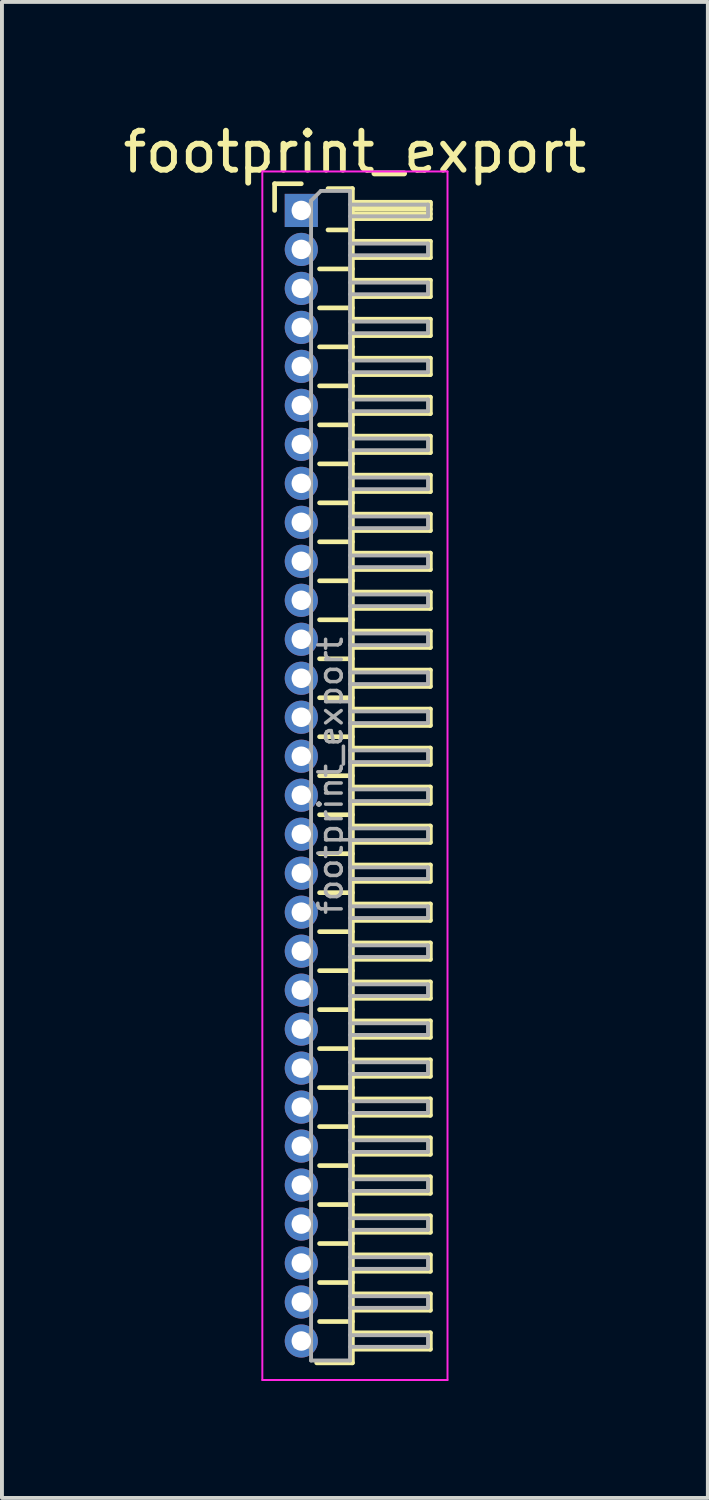
<source format=kicad_pcb>
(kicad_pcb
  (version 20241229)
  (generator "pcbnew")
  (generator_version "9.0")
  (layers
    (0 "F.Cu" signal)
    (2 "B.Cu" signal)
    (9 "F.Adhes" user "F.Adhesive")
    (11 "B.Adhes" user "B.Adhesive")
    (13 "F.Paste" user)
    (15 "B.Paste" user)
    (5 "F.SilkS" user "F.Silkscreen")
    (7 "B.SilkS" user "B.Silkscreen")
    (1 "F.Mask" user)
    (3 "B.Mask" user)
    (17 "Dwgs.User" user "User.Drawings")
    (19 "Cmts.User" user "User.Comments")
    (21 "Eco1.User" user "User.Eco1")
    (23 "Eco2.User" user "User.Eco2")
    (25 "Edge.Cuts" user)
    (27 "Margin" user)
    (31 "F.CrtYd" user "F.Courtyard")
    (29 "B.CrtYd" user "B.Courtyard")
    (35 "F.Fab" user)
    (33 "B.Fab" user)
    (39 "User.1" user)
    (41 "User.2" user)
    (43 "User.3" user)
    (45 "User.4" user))
  (footprint "footprint_export"
    (layer "F.Cu")
    (at 4.679 2.348)
    (property "Reference" "footprint_export" (at 1.375 -1.5 0) (layer "F.SilkS") (effects (font (size 1 1) (thickness 0.15))))
    (attr through_hole)
    (fp_line (start -0.685 -0.685) (end 0 -0.685) (stroke (width 0.12) (type solid)) (layer "F.SilkS"))
    (fp_line (start -0.685 0) (end -0.685 -0.685) (stroke (width 0.12) (type solid)) (layer "F.SilkS"))
    (fp_line (start 0.468 1.5) (end 1.31 1.5) (stroke (width 0.12) (type solid)) (layer "F.SilkS"))
    (fp_line (start 0.468 2.5) (end 1.31 2.5) (stroke (width 0.12) (type solid)) (layer "F.SilkS"))
    (fp_line (start 0.468 3.5) (end 1.31 3.5) (stroke (width 0.12) (type solid)) (layer "F.SilkS"))
    (fp_line (start 0.468 4.5) (end 1.31 4.5) (stroke (width 0.12) (type solid)) (layer "F.SilkS"))
    (fp_line (start 0.468 5.5) (end 1.31 5.5) (stroke (width 0.12) (type solid)) (layer "F.SilkS"))
    (fp_line (start 0.468 6.5) (end 1.31 6.5) (stroke (width 0.12) (type solid)) (layer "F.SilkS"))
    (fp_line (start 0.468 7.5) (end 1.31 7.5) (stroke (width 0.12) (type solid)) (layer "F.SilkS"))
    (fp_line (start 0.468 8.5) (end 1.31 8.5) (stroke (width 0.12) (type solid)) (layer "F.SilkS"))
    (fp_line (start 0.468 9.5) (end 1.31 9.5) (stroke (width 0.12) (type solid)) (layer "F.SilkS"))
    (fp_line (start 0.468 10.5) (end 1.31 10.5) (stroke (width 0.12) (type solid)) (layer "F.SilkS"))
    (fp_line (start 0.468 11.5) (end 1.31 11.5) (stroke (width 0.12) (type solid)) (layer "F.SilkS"))
    (fp_line (start 0.468 12.5) (end 1.31 12.5) (stroke (width 0.12) (type solid)) (layer "F.SilkS"))
    (fp_line (start 0.468 13.5) (end 1.31 13.5) (stroke (width 0.12) (type solid)) (layer "F.SilkS"))
    (fp_line (start 0.468 14.5) (end 1.31 14.5) (stroke (width 0.12) (type solid)) (layer "F.SilkS"))
    (fp_line (start 0.468 15.5) (end 1.31 15.5) (stroke (width 0.12) (type solid)) (layer "F.SilkS"))
    (fp_line (start 0.468 16.5) (end 1.31 16.5) (stroke (width 0.12) (type solid)) (layer "F.SilkS"))
    (fp_line (start 0.468 17.5) (end 1.31 17.5) (stroke (width 0.12) (type solid)) (layer "F.SilkS"))
    (fp_line (start 0.468 18.5) (end 1.31 18.5) (stroke (width 0.12) (type solid)) (layer "F.SilkS"))
    (fp_line (start 0.468 19.5) (end 1.31 19.5) (stroke (width 0.12) (type solid)) (layer "F.SilkS"))
    (fp_line (start 0.468 20.5) (end 1.31 20.5) (stroke (width 0.12) (type solid)) (layer "F.SilkS"))
    (fp_line (start 0.468 21.5) (end 1.31 21.5) (stroke (width 0.12) (type solid)) (layer "F.SilkS"))
    (fp_line (start 0.468 22.5) (end 1.31 22.5) (stroke (width 0.12) (type solid)) (layer "F.SilkS"))
    (fp_line (start 0.468 23.5) (end 1.31 23.5) (stroke (width 0.12) (type solid)) (layer "F.SilkS"))
    (fp_line (start 0.468 24.5) (end 1.31 24.5) (stroke (width 0.12) (type solid)) (layer "F.SilkS"))
    (fp_line (start 0.468 25.5) (end 1.31 25.5) (stroke (width 0.12) (type solid)) (layer "F.SilkS"))
    (fp_line (start 0.468 26.5) (end 1.31 26.5) (stroke (width 0.12) (type solid)) (layer "F.SilkS"))
    (fp_line (start 0.468 27.5) (end 1.31 27.5) (stroke (width 0.12) (type solid)) (layer "F.SilkS"))
    (fp_line (start 0.468 28.5) (end 1.31 28.5) (stroke (width 0.12) (type solid)) (layer "F.SilkS"))
    (fp_line (start 0.685 -0.56) (end 1.31 -0.56) (stroke (width 0.12) (type solid)) (layer "F.SilkS"))
    (fp_line (start 0.685 0.5) (end 1.31 0.5) (stroke (width 0.12) (type solid)) (layer "F.SilkS"))
    (fp_line (start 1.31 -0.56) (end 1.31 29.56) (stroke (width 0.12) (type solid)) (layer "F.SilkS"))
    (fp_line (start 1.31 -0.21) (end 3.31 -0.21) (stroke (width 0.12) (type solid)) (layer "F.SilkS"))
    (fp_line (start 1.31 -0.15) (end 3.31 -0.15) (stroke (width 0.12) (type solid)) (layer "F.SilkS"))
    (fp_line (start 1.31 -0.03) (end 3.31 -0.03) (stroke (width 0.12) (type solid)) (layer "F.SilkS"))
    (fp_line (start 1.31 0.09) (end 3.31 0.09) (stroke (width 0.12) (type solid)) (layer "F.SilkS"))
    (fp_line (start 1.31 0.79) (end 3.31 0.79) (stroke (width 0.12) (type solid)) (layer "F.SilkS"))
    (fp_line (start 1.31 1.79) (end 3.31 1.79) (stroke (width 0.12) (type solid)) (layer "F.SilkS"))
    (fp_line (start 1.31 2.79) (end 3.31 2.79) (stroke (width 0.12) (type solid)) (layer "F.SilkS"))
    (fp_line (start 1.31 3.79) (end 3.31 3.79) (stroke (width 0.12) (type solid)) (layer "F.SilkS"))
    (fp_line (start 1.31 4.79) (end 3.31 4.79) (stroke (width 0.12) (type solid)) (layer "F.SilkS"))
    (fp_line (start 1.31 5.79) (end 3.31 5.79) (stroke (width 0.12) (type solid)) (layer "F.SilkS"))
    (fp_line (start 1.31 6.79) (end 3.31 6.79) (stroke (width 0.12) (type solid)) (layer "F.SilkS"))
    (fp_line (start 1.31 7.79) (end 3.31 7.79) (stroke (width 0.12) (type solid)) (layer "F.SilkS"))
    (fp_line (start 1.31 8.79) (end 3.31 8.79) (stroke (width 0.12) (type solid)) (layer "F.SilkS"))
    (fp_line (start 1.31 9.79) (end 3.31 9.79) (stroke (width 0.12) (type solid)) (layer "F.SilkS"))
    (fp_line (start 1.31 10.79) (end 3.31 10.79) (stroke (width 0.12) (type solid)) (layer "F.SilkS"))
    (fp_line (start 1.31 11.79) (end 3.31 11.79) (stroke (width 0.12) (type solid)) (layer "F.SilkS"))
    (fp_line (start 1.31 12.79) (end 3.31 12.79) (stroke (width 0.12) (type solid)) (layer "F.SilkS"))
    (fp_line (start 1.31 13.79) (end 3.31 13.79) (stroke (width 0.12) (type solid)) (layer "F.SilkS"))
    (fp_line (start 1.31 14.79) (end 3.31 14.79) (stroke (width 0.12) (type solid)) (layer "F.SilkS"))
    (fp_line (start 1.31 15.79) (end 3.31 15.79) (stroke (width 0.12) (type solid)) (layer "F.SilkS"))
    (fp_line (start 1.31 16.79) (end 3.31 16.79) (stroke (width 0.12) (type solid)) (layer "F.SilkS"))
    (fp_line (start 1.31 17.79) (end 3.31 17.79) (stroke (width 0.12) (type solid)) (layer "F.SilkS"))
    (fp_line (start 1.31 18.79) (end 3.31 18.79) (stroke (width 0.12) (type solid)) (layer "F.SilkS"))
    (fp_line (start 1.31 19.79) (end 3.31 19.79) (stroke (width 0.12) (type solid)) (layer "F.SilkS"))
    (fp_line (start 1.31 20.79) (end 3.31 20.79) (stroke (width 0.12) (type solid)) (layer "F.SilkS"))
    (fp_line (start 1.31 21.79) (end 3.31 21.79) (stroke (width 0.12) (type solid)) (layer "F.SilkS"))
    (fp_line (start 1.31 22.79) (end 3.31 22.79) (stroke (width 0.12) (type solid)) (layer "F.SilkS"))
    (fp_line (start 1.31 23.79) (end 3.31 23.79) (stroke (width 0.12) (type solid)) (layer "F.SilkS"))
    (fp_line (start 1.31 24.79) (end 3.31 24.79) (stroke (width 0.12) (type solid)) (layer "F.SilkS"))
    (fp_line (start 1.31 25.79) (end 3.31 25.79) (stroke (width 0.12) (type solid)) (layer "F.SilkS"))
    (fp_line (start 1.31 26.79) (end 3.31 26.79) (stroke (width 0.12) (type solid)) (layer "F.SilkS"))
    (fp_line (start 1.31 27.79) (end 3.31 27.79) (stroke (width 0.12) (type solid)) (layer "F.SilkS"))
    (fp_line (start 1.31 28.79) (end 3.31 28.79) (stroke (width 0.12) (type solid)) (layer "F.SilkS"))
    (fp_line (start 1.31 29.56) (end 0.394 29.56) (stroke (width 0.12) (type solid)) (layer "F.SilkS"))
    (fp_line (start 3.31 -0.21) (end 3.31 0.21) (stroke (width 0.12) (type solid)) (layer "F.SilkS"))
    (fp_line (start 3.31 0.21) (end 1.31 0.21) (stroke (width 0.12) (type solid)) (layer "F.SilkS"))
    (fp_line (start 3.31 0.79) (end 3.31 1.21) (stroke (width 0.12) (type solid)) (layer "F.SilkS"))
    (fp_line (start 3.31 1.21) (end 1.31 1.21) (stroke (width 0.12) (type solid)) (layer "F.SilkS"))
    (fp_line (start 3.31 1.79) (end 3.31 2.21) (stroke (width 0.12) (type solid)) (layer "F.SilkS"))
    (fp_line (start 3.31 2.21) (end 1.31 2.21) (stroke (width 0.12) (type solid)) (layer "F.SilkS"))
    (fp_line (start 3.31 2.79) (end 3.31 3.21) (stroke (width 0.12) (type solid)) (layer "F.SilkS"))
    (fp_line (start 3.31 3.21) (end 1.31 3.21) (stroke (width 0.12) (type solid)) (layer "F.SilkS"))
    (fp_line (start 3.31 3.79) (end 3.31 4.21) (stroke (width 0.12) (type solid)) (layer "F.SilkS"))
    (fp_line (start 3.31 4.21) (end 1.31 4.21) (stroke (width 0.12) (type solid)) (layer "F.SilkS"))
    (fp_line (start 3.31 4.79) (end 3.31 5.21) (stroke (width 0.12) (type solid)) (layer "F.SilkS"))
    (fp_line (start 3.31 5.21) (end 1.31 5.21) (stroke (width 0.12) (type solid)) (layer "F.SilkS"))
    (fp_line (start 3.31 5.79) (end 3.31 6.21) (stroke (width 0.12) (type solid)) (layer "F.SilkS"))
    (fp_line (start 3.31 6.21) (end 1.31 6.21) (stroke (width 0.12) (type solid)) (layer "F.SilkS"))
    (fp_line (start 3.31 6.79) (end 3.31 7.21) (stroke (width 0.12) (type solid)) (layer "F.SilkS"))
    (fp_line (start 3.31 7.21) (end 1.31 7.21) (stroke (width 0.12) (type solid)) (layer "F.SilkS"))
    (fp_line (start 3.31 7.79) (end 3.31 8.21) (stroke (width 0.12) (type solid)) (layer "F.SilkS"))
    (fp_line (start 3.31 8.21) (end 1.31 8.21) (stroke (width 0.12) (type solid)) (layer "F.SilkS"))
    (fp_line (start 3.31 8.79) (end 3.31 9.21) (stroke (width 0.12) (type solid)) (layer "F.SilkS"))
    (fp_line (start 3.31 9.21) (end 1.31 9.21) (stroke (width 0.12) (type solid)) (layer "F.SilkS"))
    (fp_line (start 3.31 9.79) (end 3.31 10.21) (stroke (width 0.12) (type solid)) (layer "F.SilkS"))
    (fp_line (start 3.31 10.21) (end 1.31 10.21) (stroke (width 0.12) (type solid)) (layer "F.SilkS"))
    (fp_line (start 3.31 10.79) (end 3.31 11.21) (stroke (width 0.12) (type solid)) (layer "F.SilkS"))
    (fp_line (start 3.31 11.21) (end 1.31 11.21) (stroke (width 0.12) (type solid)) (layer "F.SilkS"))
    (fp_line (start 3.31 11.79) (end 3.31 12.21) (stroke (width 0.12) (type solid)) (layer "F.SilkS"))
    (fp_line (start 3.31 12.21) (end 1.31 12.21) (stroke (width 0.12) (type solid)) (layer "F.SilkS"))
    (fp_line (start 3.31 12.79) (end 3.31 13.21) (stroke (width 0.12) (type solid)) (layer "F.SilkS"))
    (fp_line (start 3.31 13.21) (end 1.31 13.21) (stroke (width 0.12) (type solid)) (layer "F.SilkS"))
    (fp_line (start 3.31 13.79) (end 3.31 14.21) (stroke (width 0.12) (type solid)) (layer "F.SilkS"))
    (fp_line (start 3.31 14.21) (end 1.31 14.21) (stroke (width 0.12) (type solid)) (layer "F.SilkS"))
    (fp_line (start 3.31 14.79) (end 3.31 15.21) (stroke (width 0.12) (type solid)) (layer "F.SilkS"))
    (fp_line (start 3.31 15.21) (end 1.31 15.21) (stroke (width 0.12) (type solid)) (layer "F.SilkS"))
    (fp_line (start 3.31 15.79) (end 3.31 16.21) (stroke (width 0.12) (type solid)) (layer "F.SilkS"))
    (fp_line (start 3.31 16.21) (end 1.31 16.21) (stroke (width 0.12) (type solid)) (layer "F.SilkS"))
    (fp_line (start 3.31 16.79) (end 3.31 17.21) (stroke (width 0.12) (type solid)) (layer "F.SilkS"))
    (fp_line (start 3.31 17.21) (end 1.31 17.21) (stroke (width 0.12) (type solid)) (layer "F.SilkS"))
    (fp_line (start 3.31 17.79) (end 3.31 18.21) (stroke (width 0.12) (type solid)) (layer "F.SilkS"))
    (fp_line (start 3.31 18.21) (end 1.31 18.21) (stroke (width 0.12) (type solid)) (layer "F.SilkS"))
    (fp_line (start 3.31 18.79) (end 3.31 19.21) (stroke (width 0.12) (type solid)) (layer "F.SilkS"))
    (fp_line (start 3.31 19.21) (end 1.31 19.21) (stroke (width 0.12) (type solid)) (layer "F.SilkS"))
    (fp_line (start 3.31 19.79) (end 3.31 20.21) (stroke (width 0.12) (type solid)) (layer "F.SilkS"))
    (fp_line (start 3.31 20.21) (end 1.31 20.21) (stroke (width 0.12) (type solid)) (layer "F.SilkS"))
    (fp_line (start 3.31 20.79) (end 3.31 21.21) (stroke (width 0.12) (type solid)) (layer "F.SilkS"))
    (fp_line (start 3.31 21.21) (end 1.31 21.21) (stroke (width 0.12) (type solid)) (layer "F.SilkS"))
    (fp_line (start 3.31 21.79) (end 3.31 22.21) (stroke (width 0.12) (type solid)) (layer "F.SilkS"))
    (fp_line (start 3.31 22.21) (end 1.31 22.21) (stroke (width 0.12) (type solid)) (layer "F.SilkS"))
    (fp_line (start 3.31 22.79) (end 3.31 23.21) (stroke (width 0.12) (type solid)) (layer "F.SilkS"))
    (fp_line (start 3.31 23.21) (end 1.31 23.21) (stroke (width 0.12) (type solid)) (layer "F.SilkS"))
    (fp_line (start 3.31 23.79) (end 3.31 24.21) (stroke (width 0.12) (type solid)) (layer "F.SilkS"))
    (fp_line (start 3.31 24.21) (end 1.31 24.21) (stroke (width 0.12) (type solid)) (layer "F.SilkS"))
    (fp_line (start 3.31 24.79) (end 3.31 25.21) (stroke (width 0.12) (type solid)) (layer "F.SilkS"))
    (fp_line (start 3.31 25.21) (end 1.31 25.21) (stroke (width 0.12) (type solid)) (layer "F.SilkS"))
    (fp_line (start 3.31 25.79) (end 3.31 26.21) (stroke (width 0.12) (type solid)) (layer "F.SilkS"))
    (fp_line (start 3.31 26.21) (end 1.31 26.21) (stroke (width 0.12) (type solid)) (layer "F.SilkS"))
    (fp_line (start 3.31 26.79) (end 3.31 27.21) (stroke (width 0.12) (type solid)) (layer "F.SilkS"))
    (fp_line (start 3.31 27.21) (end 1.31 27.21) (stroke (width 0.12) (type solid)) (layer "F.SilkS"))
    (fp_line (start 3.31 27.79) (end 3.31 28.21) (stroke (width 0.12) (type solid)) (layer "F.SilkS"))
    (fp_line (start 3.31 28.21) (end 1.31 28.21) (stroke (width 0.12) (type solid)) (layer "F.SilkS"))
    (fp_line (start 3.31 28.79) (end 3.31 29.21) (stroke (width 0.12) (type solid)) (layer "F.SilkS"))
    (fp_line (start 3.31 29.21) (end 1.31 29.21) (stroke (width 0.12) (type solid)) (layer "F.SilkS"))
    (fp_line (start -1 -1) (end -1 30) (stroke (width 0.05) (type solid)) (layer "F.CrtYd"))
    (fp_line (start -1 30) (end 3.75 30) (stroke (width 0.05) (type solid)) (layer "F.CrtYd"))
    (fp_line (start 3.75 -1) (end -1 -1) (stroke (width 0.05) (type solid)) (layer "F.CrtYd"))
    (fp_line (start 3.75 30) (end 3.75 -1) (stroke (width 0.05) (type solid)) (layer "F.CrtYd"))
    (fp_line (start -0.15 -0.15) (end -0.15 0.15) (stroke (width 0.1) (type solid)) (layer "F.Fab"))
    (fp_line (start -0.15 -0.15) (end 0.25 -0.15) (stroke (width 0.1) (type solid)) (layer "F.Fab"))
    (fp_line (start -0.15 0.15) (end 0.25 0.15) (stroke (width 0.1) (type solid)) (layer "F.Fab"))
    (fp_line (start -0.15 0.85) (end -0.15 1.15) (stroke (width 0.1) (type solid)) (layer "F.Fab"))
    (fp_line (start -0.15 0.85) (end 0.25 0.85) (stroke (width 0.1) (type solid)) (layer "F.Fab"))
    (fp_line (start -0.15 1.15) (end 0.25 1.15) (stroke (width 0.1) (type solid)) (layer "F.Fab"))
    (fp_line (start -0.15 1.85) (end -0.15 2.15) (stroke (width 0.1) (type solid)) (layer "F.Fab"))
    (fp_line (start -0.15 1.85) (end 0.25 1.85) (stroke (width 0.1) (type solid)) (layer "F.Fab"))
    (fp_line (start -0.15 2.15) (end 0.25 2.15) (stroke (width 0.1) (type solid)) (layer "F.Fab"))
    (fp_line (start -0.15 2.85) (end -0.15 3.15) (stroke (width 0.1) (type solid)) (layer "F.Fab"))
    (fp_line (start -0.15 2.85) (end 0.25 2.85) (stroke (width 0.1) (type solid)) (layer "F.Fab"))
    (fp_line (start -0.15 3.15) (end 0.25 3.15) (stroke (width 0.1) (type solid)) (layer "F.Fab"))
    (fp_line (start -0.15 3.85) (end -0.15 4.15) (stroke (width 0.1) (type solid)) (layer "F.Fab"))
    (fp_line (start -0.15 3.85) (end 0.25 3.85) (stroke (width 0.1) (type solid)) (layer "F.Fab"))
    (fp_line (start -0.15 4.15) (end 0.25 4.15) (stroke (width 0.1) (type solid)) (layer "F.Fab"))
    (fp_line (start -0.15 4.85) (end -0.15 5.15) (stroke (width 0.1) (type solid)) (layer "F.Fab"))
    (fp_line (start -0.15 4.85) (end 0.25 4.85) (stroke (width 0.1) (type solid)) (layer "F.Fab"))
    (fp_line (start -0.15 5.15) (end 0.25 5.15) (stroke (width 0.1) (type solid)) (layer "F.Fab"))
    (fp_line (start -0.15 5.85) (end -0.15 6.15) (stroke (width 0.1) (type solid)) (layer "F.Fab"))
    (fp_line (start -0.15 5.85) (end 0.25 5.85) (stroke (width 0.1) (type solid)) (layer "F.Fab"))
    (fp_line (start -0.15 6.15) (end 0.25 6.15) (stroke (width 0.1) (type solid)) (layer "F.Fab"))
    (fp_line (start -0.15 6.85) (end -0.15 7.15) (stroke (width 0.1) (type solid)) (layer "F.Fab"))
    (fp_line (start -0.15 6.85) (end 0.25 6.85) (stroke (width 0.1) (type solid)) (layer "F.Fab"))
    (fp_line (start -0.15 7.15) (end 0.25 7.15) (stroke (width 0.1) (type solid)) (layer "F.Fab"))
    (fp_line (start -0.15 7.85) (end -0.15 8.15) (stroke (width 0.1) (type solid)) (layer "F.Fab"))
    (fp_line (start -0.15 7.85) (end 0.25 7.85) (stroke (width 0.1) (type solid)) (layer "F.Fab"))
    (fp_line (start -0.15 8.15) (end 0.25 8.15) (stroke (width 0.1) (type solid)) (layer "F.Fab"))
    (fp_line (start -0.15 8.85) (end -0.15 9.15) (stroke (width 0.1) (type solid)) (layer "F.Fab"))
    (fp_line (start -0.15 8.85) (end 0.25 8.85) (stroke (width 0.1) (type solid)) (layer "F.Fab"))
    (fp_line (start -0.15 9.15) (end 0.25 9.15) (stroke (width 0.1) (type solid)) (layer "F.Fab"))
    (fp_line (start -0.15 9.85) (end -0.15 10.15) (stroke (width 0.1) (type solid)) (layer "F.Fab"))
    (fp_line (start -0.15 9.85) (end 0.25 9.85) (stroke (width 0.1) (type solid)) (layer "F.Fab"))
    (fp_line (start -0.15 10.15) (end 0.25 10.15) (stroke (width 0.1) (type solid)) (layer "F.Fab"))
    (fp_line (start -0.15 10.85) (end -0.15 11.15) (stroke (width 0.1) (type solid)) (layer "F.Fab"))
    (fp_line (start -0.15 10.85) (end 0.25 10.85) (stroke (width 0.1) (type solid)) (layer "F.Fab"))
    (fp_line (start -0.15 11.15) (end 0.25 11.15) (stroke (width 0.1) (type solid)) (layer "F.Fab"))
    (fp_line (start -0.15 11.85) (end -0.15 12.15) (stroke (width 0.1) (type solid)) (layer "F.Fab"))
    (fp_line (start -0.15 11.85) (end 0.25 11.85) (stroke (width 0.1) (type solid)) (layer "F.Fab"))
    (fp_line (start -0.15 12.15) (end 0.25 12.15) (stroke (width 0.1) (type solid)) (layer "F.Fab"))
    (fp_line (start -0.15 12.85) (end -0.15 13.15) (stroke (width 0.1) (type solid)) (layer "F.Fab"))
    (fp_line (start -0.15 12.85) (end 0.25 12.85) (stroke (width 0.1) (type solid)) (layer "F.Fab"))
    (fp_line (start -0.15 13.15) (end 0.25 13.15) (stroke (width 0.1) (type solid)) (layer "F.Fab"))
    (fp_line (start -0.15 13.85) (end -0.15 14.15) (stroke (width 0.1) (type solid)) (layer "F.Fab"))
    (fp_line (start -0.15 13.85) (end 0.25 13.85) (stroke (width 0.1) (type solid)) (layer "F.Fab"))
    (fp_line (start -0.15 14.15) (end 0.25 14.15) (stroke (width 0.1) (type solid)) (layer "F.Fab"))
    (fp_line (start -0.15 14.85) (end -0.15 15.15) (stroke (width 0.1) (type solid)) (layer "F.Fab"))
    (fp_line (start -0.15 14.85) (end 0.25 14.85) (stroke (width 0.1) (type solid)) (layer "F.Fab"))
    (fp_line (start -0.15 15.15) (end 0.25 15.15) (stroke (width 0.1) (type solid)) (layer "F.Fab"))
    (fp_line (start -0.15 15.85) (end -0.15 16.15) (stroke (width 0.1) (type solid)) (layer "F.Fab"))
    (fp_line (start -0.15 15.85) (end 0.25 15.85) (stroke (width 0.1) (type solid)) (layer "F.Fab"))
    (fp_line (start -0.15 16.15) (end 0.25 16.15) (stroke (width 0.1) (type solid)) (layer "F.Fab"))
    (fp_line (start -0.15 16.85) (end -0.15 17.15) (stroke (width 0.1) (type solid)) (layer "F.Fab"))
    (fp_line (start -0.15 16.85) (end 0.25 16.85) (stroke (width 0.1) (type solid)) (layer "F.Fab"))
    (fp_line (start -0.15 17.15) (end 0.25 17.15) (stroke (width 0.1) (type solid)) (layer "F.Fab"))
    (fp_line (start -0.15 17.85) (end -0.15 18.15) (stroke (width 0.1) (type solid)) (layer "F.Fab"))
    (fp_line (start -0.15 17.85) (end 0.25 17.85) (stroke (width 0.1) (type solid)) (layer "F.Fab"))
    (fp_line (start -0.15 18.15) (end 0.25 18.15) (stroke (width 0.1) (type solid)) (layer "F.Fab"))
    (fp_line (start -0.15 18.85) (end -0.15 19.15) (stroke (width 0.1) (type solid)) (layer "F.Fab"))
    (fp_line (start -0.15 18.85) (end 0.25 18.85) (stroke (width 0.1) (type solid)) (layer "F.Fab"))
    (fp_line (start -0.15 19.15) (end 0.25 19.15) (stroke (width 0.1) (type solid)) (layer "F.Fab"))
    (fp_line (start -0.15 19.85) (end -0.15 20.15) (stroke (width 0.1) (type solid)) (layer "F.Fab"))
    (fp_line (start -0.15 19.85) (end 0.25 19.85) (stroke (width 0.1) (type solid)) (layer "F.Fab"))
    (fp_line (start -0.15 20.15) (end 0.25 20.15) (stroke (width 0.1) (type solid)) (layer "F.Fab"))
    (fp_line (start -0.15 20.85) (end -0.15 21.15) (stroke (width 0.1) (type solid)) (layer "F.Fab"))
    (fp_line (start -0.15 20.85) (end 0.25 20.85) (stroke (width 0.1) (type solid)) (layer "F.Fab"))
    (fp_line (start -0.15 21.15) (end 0.25 21.15) (stroke (width 0.1) (type solid)) (layer "F.Fab"))
    (fp_line (start -0.15 21.85) (end -0.15 22.15) (stroke (width 0.1) (type solid)) (layer "F.Fab"))
    (fp_line (start -0.15 21.85) (end 0.25 21.85) (stroke (width 0.1) (type solid)) (layer "F.Fab"))
    (fp_line (start -0.15 22.15) (end 0.25 22.15) (stroke (width 0.1) (type solid)) (layer "F.Fab"))
    (fp_line (start -0.15 22.85) (end -0.15 23.15) (stroke (width 0.1) (type solid)) (layer "F.Fab"))
    (fp_line (start -0.15 22.85) (end 0.25 22.85) (stroke (width 0.1) (type solid)) (layer "F.Fab"))
    (fp_line (start -0.15 23.15) (end 0.25 23.15) (stroke (width 0.1) (type solid)) (layer "F.Fab"))
    (fp_line (start -0.15 23.85) (end -0.15 24.15) (stroke (width 0.1) (type solid)) (layer "F.Fab"))
    (fp_line (start -0.15 23.85) (end 0.25 23.85) (stroke (width 0.1) (type solid)) (layer "F.Fab"))
    (fp_line (start -0.15 24.15) (end 0.25 24.15) (stroke (width 0.1) (type solid)) (layer "F.Fab"))
    (fp_line (start -0.15 24.85) (end -0.15 25.15) (stroke (width 0.1) (type solid)) (layer "F.Fab"))
    (fp_line (start -0.15 24.85) (end 0.25 24.85) (stroke (width 0.1) (type solid)) (layer "F.Fab"))
    (fp_line (start -0.15 25.15) (end 0.25 25.15) (stroke (width 0.1) (type solid)) (layer "F.Fab"))
    (fp_line (start -0.15 25.85) (end -0.15 26.15) (stroke (width 0.1) (type solid)) (layer "F.Fab"))
    (fp_line (start -0.15 25.85) (end 0.25 25.85) (stroke (width 0.1) (type solid)) (layer "F.Fab"))
    (fp_line (start -0.15 26.15) (end 0.25 26.15) (stroke (width 0.1) (type solid)) (layer "F.Fab"))
    (fp_line (start -0.15 26.85) (end -0.15 27.15) (stroke (width 0.1) (type solid)) (layer "F.Fab"))
    (fp_line (start -0.15 26.85) (end 0.25 26.85) (stroke (width 0.1) (type solid)) (layer "F.Fab"))
    (fp_line (start -0.15 27.15) (end 0.25 27.15) (stroke (width 0.1) (type solid)) (layer "F.Fab"))
    (fp_line (start -0.15 27.85) (end -0.15 28.15) (stroke (width 0.1) (type solid)) (layer "F.Fab"))
    (fp_line (start -0.15 27.85) (end 0.25 27.85) (stroke (width 0.1) (type solid)) (layer "F.Fab"))
    (fp_line (start -0.15 28.15) (end 0.25 28.15) (stroke (width 0.1) (type solid)) (layer "F.Fab"))
    (fp_line (start -0.15 28.85) (end -0.15 29.15) (stroke (width 0.1) (type solid)) (layer "F.Fab"))
    (fp_line (start -0.15 28.85) (end 0.25 28.85) (stroke (width 0.1) (type solid)) (layer "F.Fab"))
    (fp_line (start -0.15 29.15) (end 0.25 29.15) (stroke (width 0.1) (type solid)) (layer "F.Fab"))
    (fp_line (start 0.25 -0.25) (end 0.5 -0.5) (stroke (width 0.1) (type solid)) (layer "F.Fab"))
    (fp_line (start 0.25 29.5) (end 0.25 -0.25) (stroke (width 0.1) (type solid)) (layer "F.Fab"))
    (fp_line (start 0.5 -0.5) (end 1.25 -0.5) (stroke (width 0.1) (type solid)) (layer "F.Fab"))
    (fp_line (start 1.25 -0.5) (end 1.25 29.5) (stroke (width 0.1) (type solid)) (layer "F.Fab"))
    (fp_line (start 1.25 -0.15) (end 3.25 -0.15) (stroke (width 0.1) (type solid)) (layer "F.Fab"))
    (fp_line (start 1.25 0.15) (end 3.25 0.15) (stroke (width 0.1) (type solid)) (layer "F.Fab"))
    (fp_line (start 1.25 0.85) (end 3.25 0.85) (stroke (width 0.1) (type solid)) (layer "F.Fab"))
    (fp_line (start 1.25 1.15) (end 3.25 1.15) (stroke (width 0.1) (type solid)) (layer "F.Fab"))
    (fp_line (start 1.25 1.85) (end 3.25 1.85) (stroke (width 0.1) (type solid)) (layer "F.Fab"))
    (fp_line (start 1.25 2.15) (end 3.25 2.15) (stroke (width 0.1) (type solid)) (layer "F.Fab"))
    (fp_line (start 1.25 2.85) (end 3.25 2.85) (stroke (width 0.1) (type solid)) (layer "F.Fab"))
    (fp_line (start 1.25 3.15) (end 3.25 3.15) (stroke (width 0.1) (type solid)) (layer "F.Fab"))
    (fp_line (start 1.25 3.85) (end 3.25 3.85) (stroke (width 0.1) (type solid)) (layer "F.Fab"))
    (fp_line (start 1.25 4.15) (end 3.25 4.15) (stroke (width 0.1) (type solid)) (layer "F.Fab"))
    (fp_line (start 1.25 4.85) (end 3.25 4.85) (stroke (width 0.1) (type solid)) (layer "F.Fab"))
    (fp_line (start 1.25 5.15) (end 3.25 5.15) (stroke (width 0.1) (type solid)) (layer "F.Fab"))
    (fp_line (start 1.25 5.85) (end 3.25 5.85) (stroke (width 0.1) (type solid)) (layer "F.Fab"))
    (fp_line (start 1.25 6.15) (end 3.25 6.15) (stroke (width 0.1) (type solid)) (layer "F.Fab"))
    (fp_line (start 1.25 6.85) (end 3.25 6.85) (stroke (width 0.1) (type solid)) (layer "F.Fab"))
    (fp_line (start 1.25 7.15) (end 3.25 7.15) (stroke (width 0.1) (type solid)) (layer "F.Fab"))
    (fp_line (start 1.25 7.85) (end 3.25 7.85) (stroke (width 0.1) (type solid)) (layer "F.Fab"))
    (fp_line (start 1.25 8.15) (end 3.25 8.15) (stroke (width 0.1) (type solid)) (layer "F.Fab"))
    (fp_line (start 1.25 8.85) (end 3.25 8.85) (stroke (width 0.1) (type solid)) (layer "F.Fab"))
    (fp_line (start 1.25 9.15) (end 3.25 9.15) (stroke (width 0.1) (type solid)) (layer "F.Fab"))
    (fp_line (start 1.25 9.85) (end 3.25 9.85) (stroke (width 0.1) (type solid)) (layer "F.Fab"))
    (fp_line (start 1.25 10.15) (end 3.25 10.15) (stroke (width 0.1) (type solid)) (layer "F.Fab"))
    (fp_line (start 1.25 10.85) (end 3.25 10.85) (stroke (width 0.1) (type solid)) (layer "F.Fab"))
    (fp_line (start 1.25 11.15) (end 3.25 11.15) (stroke (width 0.1) (type solid)) (layer "F.Fab"))
    (fp_line (start 1.25 11.85) (end 3.25 11.85) (stroke (width 0.1) (type solid)) (layer "F.Fab"))
    (fp_line (start 1.25 12.15) (end 3.25 12.15) (stroke (width 0.1) (type solid)) (layer "F.Fab"))
    (fp_line (start 1.25 12.85) (end 3.25 12.85) (stroke (width 0.1) (type solid)) (layer "F.Fab"))
    (fp_line (start 1.25 13.15) (end 3.25 13.15) (stroke (width 0.1) (type solid)) (layer "F.Fab"))
    (fp_line (start 1.25 13.85) (end 3.25 13.85) (stroke (width 0.1) (type solid)) (layer "F.Fab"))
    (fp_line (start 1.25 14.15) (end 3.25 14.15) (stroke (width 0.1) (type solid)) (layer "F.Fab"))
    (fp_line (start 1.25 14.85) (end 3.25 14.85) (stroke (width 0.1) (type solid)) (layer "F.Fab"))
    (fp_line (start 1.25 15.15) (end 3.25 15.15) (stroke (width 0.1) (type solid)) (layer "F.Fab"))
    (fp_line (start 1.25 15.85) (end 3.25 15.85) (stroke (width 0.1) (type solid)) (layer "F.Fab"))
    (fp_line (start 1.25 16.15) (end 3.25 16.15) (stroke (width 0.1) (type solid)) (layer "F.Fab"))
    (fp_line (start 1.25 16.85) (end 3.25 16.85) (stroke (width 0.1) (type solid)) (layer "F.Fab"))
    (fp_line (start 1.25 17.15) (end 3.25 17.15) (stroke (width 0.1) (type solid)) (layer "F.Fab"))
    (fp_line (start 1.25 17.85) (end 3.25 17.85) (stroke (width 0.1) (type solid)) (layer "F.Fab"))
    (fp_line (start 1.25 18.15) (end 3.25 18.15) (stroke (width 0.1) (type solid)) (layer "F.Fab"))
    (fp_line (start 1.25 18.85) (end 3.25 18.85) (stroke (width 0.1) (type solid)) (layer "F.Fab"))
    (fp_line (start 1.25 19.15) (end 3.25 19.15) (stroke (width 0.1) (type solid)) (layer "F.Fab"))
    (fp_line (start 1.25 19.85) (end 3.25 19.85) (stroke (width 0.1) (type solid)) (layer "F.Fab"))
    (fp_line (start 1.25 20.15) (end 3.25 20.15) (stroke (width 0.1) (type solid)) (layer "F.Fab"))
    (fp_line (start 1.25 20.85) (end 3.25 20.85) (stroke (width 0.1) (type solid)) (layer "F.Fab"))
    (fp_line (start 1.25 21.15) (end 3.25 21.15) (stroke (width 0.1) (type solid)) (layer "F.Fab"))
    (fp_line (start 1.25 21.85) (end 3.25 21.85) (stroke (width 0.1) (type solid)) (layer "F.Fab"))
    (fp_line (start 1.25 22.15) (end 3.25 22.15) (stroke (width 0.1) (type solid)) (layer "F.Fab"))
    (fp_line (start 1.25 22.85) (end 3.25 22.85) (stroke (width 0.1) (type solid)) (layer "F.Fab"))
    (fp_line (start 1.25 23.15) (end 3.25 23.15) (stroke (width 0.1) (type solid)) (layer "F.Fab"))
    (fp_line (start 1.25 23.85) (end 3.25 23.85) (stroke (width 0.1) (type solid)) (layer "F.Fab"))
    (fp_line (start 1.25 24.15) (end 3.25 24.15) (stroke (width 0.1) (type solid)) (layer "F.Fab"))
    (fp_line (start 1.25 24.85) (end 3.25 24.85) (stroke (width 0.1) (type solid)) (layer "F.Fab"))
    (fp_line (start 1.25 25.15) (end 3.25 25.15) (stroke (width 0.1) (type solid)) (layer "F.Fab"))
    (fp_line (start 1.25 25.85) (end 3.25 25.85) (stroke (width 0.1) (type solid)) (layer "F.Fab"))
    (fp_line (start 1.25 26.15) (end 3.25 26.15) (stroke (width 0.1) (type solid)) (layer "F.Fab"))
    (fp_line (start 1.25 26.85) (end 3.25 26.85) (stroke (width 0.1) (type solid)) (layer "F.Fab"))
    (fp_line (start 1.25 27.15) (end 3.25 27.15) (stroke (width 0.1) (type solid)) (layer "F.Fab"))
    (fp_line (start 1.25 27.85) (end 3.25 27.85) (stroke (width 0.1) (type solid)) (layer "F.Fab"))
    (fp_line (start 1.25 28.15) (end 3.25 28.15) (stroke (width 0.1) (type solid)) (layer "F.Fab"))
    (fp_line (start 1.25 28.85) (end 3.25 28.85) (stroke (width 0.1) (type solid)) (layer "F.Fab"))
    (fp_line (start 1.25 29.15) (end 3.25 29.15) (stroke (width 0.1) (type solid)) (layer "F.Fab"))
    (fp_line (start 1.25 29.5) (end 0.25 29.5) (stroke (width 0.1) (type solid)) (layer "F.Fab"))
    (fp_line (start 3.25 -0.15) (end 3.25 0.15) (stroke (width 0.1) (type solid)) (layer "F.Fab"))
    (fp_line (start 3.25 0.85) (end 3.25 1.15) (stroke (width 0.1) (type solid)) (layer "F.Fab"))
    (fp_line (start 3.25 1.85) (end 3.25 2.15) (stroke (width 0.1) (type solid)) (layer "F.Fab"))
    (fp_line (start 3.25 2.85) (end 3.25 3.15) (stroke (width 0.1) (type solid)) (layer "F.Fab"))
    (fp_line (start 3.25 3.85) (end 3.25 4.15) (stroke (width 0.1) (type solid)) (layer "F.Fab"))
    (fp_line (start 3.25 4.85) (end 3.25 5.15) (stroke (width 0.1) (type solid)) (layer "F.Fab"))
    (fp_line (start 3.25 5.85) (end 3.25 6.15) (stroke (width 0.1) (type solid)) (layer "F.Fab"))
    (fp_line (start 3.25 6.85) (end 3.25 7.15) (stroke (width 0.1) (type solid)) (layer "F.Fab"))
    (fp_line (start 3.25 7.85) (end 3.25 8.15) (stroke (width 0.1) (type solid)) (layer "F.Fab"))
    (fp_line (start 3.25 8.85) (end 3.25 9.15) (stroke (width 0.1) (type solid)) (layer "F.Fab"))
    (fp_line (start 3.25 9.85) (end 3.25 10.15) (stroke (width 0.1) (type solid)) (layer "F.Fab"))
    (fp_line (start 3.25 10.85) (end 3.25 11.15) (stroke (width 0.1) (type solid)) (layer "F.Fab"))
    (fp_line (start 3.25 11.85) (end 3.25 12.15) (stroke (width 0.1) (type solid)) (layer "F.Fab"))
    (fp_line (start 3.25 12.85) (end 3.25 13.15) (stroke (width 0.1) (type solid)) (layer "F.Fab"))
    (fp_line (start 3.25 13.85) (end 3.25 14.15) (stroke (width 0.1) (type solid)) (layer "F.Fab"))
    (fp_line (start 3.25 14.85) (end 3.25 15.15) (stroke (width 0.1) (type solid)) (layer "F.Fab"))
    (fp_line (start 3.25 15.85) (end 3.25 16.15) (stroke (width 0.1) (type solid)) (layer "F.Fab"))
    (fp_line (start 3.25 16.85) (end 3.25 17.15) (stroke (width 0.1) (type solid)) (layer "F.Fab"))
    (fp_line (start 3.25 17.85) (end 3.25 18.15) (stroke (width 0.1) (type solid)) (layer "F.Fab"))
    (fp_line (start 3.25 18.85) (end 3.25 19.15) (stroke (width 0.1) (type solid)) (layer "F.Fab"))
    (fp_line (start 3.25 19.85) (end 3.25 20.15) (stroke (width 0.1) (type solid)) (layer "F.Fab"))
    (fp_line (start 3.25 20.85) (end 3.25 21.15) (stroke (width 0.1) (type solid)) (layer "F.Fab"))
    (fp_line (start 3.25 21.85) (end 3.25 22.15) (stroke (width 0.1) (type solid)) (layer "F.Fab"))
    (fp_line (start 3.25 22.85) (end 3.25 23.15) (stroke (width 0.1) (type solid)) (layer "F.Fab"))
    (fp_line (start 3.25 23.85) (end 3.25 24.15) (stroke (width 0.1) (type solid)) (layer "F.Fab"))
    (fp_line (start 3.25 24.85) (end 3.25 25.15) (stroke (width 0.1) (type solid)) (layer "F.Fab"))
    (fp_line (start 3.25 25.85) (end 3.25 26.15) (stroke (width 0.1) (type solid)) (layer "F.Fab"))
    (fp_line (start 3.25 26.85) (end 3.25 27.15) (stroke (width 0.1) (type solid)) (layer "F.Fab"))
    (fp_line (start 3.25 27.85) (end 3.25 28.15) (stroke (width 0.1) (type solid)) (layer "F.Fab"))
    (fp_line (start 3.25 28.85) (end 3.25 29.15) (stroke (width 0.1) (type solid)) (layer "F.Fab"))
    (fp_text user "${REFERENCE}" (at 0.75 14.5 90) (layer "F.Fab") (effects (font (size 0.6 0.6) (thickness 0.09))))
    (pad "1" thru_hole rect (at 0 0) (size 0.85 0.85) (drill 0.5) (layers "*.Cu" "*.Mask"))
    (pad "2" thru_hole oval (at 0 1) (size 0.85 0.85) (drill 0.5) (layers "*.Cu" "*.Mask"))
    (pad "3" thru_hole oval (at 0 2) (size 0.85 0.85) (drill 0.5) (layers "*.Cu" "*.Mask"))
    (pad "4" thru_hole oval (at 0 3) (size 0.85 0.85) (drill 0.5) (layers "*.Cu" "*.Mask"))
    (pad "5" thru_hole oval (at 0 4) (size 0.85 0.85) (drill 0.5) (layers "*.Cu" "*.Mask"))
    (pad "6" thru_hole oval (at 0 5) (size 0.85 0.85) (drill 0.5) (layers "*.Cu" "*.Mask"))
    (pad "7" thru_hole oval (at 0 6) (size 0.85 0.85) (drill 0.5) (layers "*.Cu" "*.Mask"))
    (pad "8" thru_hole oval (at 0 7) (size 0.85 0.85) (drill 0.5) (layers "*.Cu" "*.Mask"))
    (pad "9" thru_hole oval (at 0 8) (size 0.85 0.85) (drill 0.5) (layers "*.Cu" "*.Mask"))
    (pad "10" thru_hole oval (at 0 9) (size 0.85 0.85) (drill 0.5) (layers "*.Cu" "*.Mask"))
    (pad "11" thru_hole oval (at 0 10) (size 0.85 0.85) (drill 0.5) (layers "*.Cu" "*.Mask"))
    (pad "12" thru_hole oval (at 0 11) (size 0.85 0.85) (drill 0.5) (layers "*.Cu" "*.Mask"))
    (pad "13" thru_hole oval (at 0 12) (size 0.85 0.85) (drill 0.5) (layers "*.Cu" "*.Mask"))
    (pad "14" thru_hole oval (at 0 13) (size 0.85 0.85) (drill 0.5) (layers "*.Cu" "*.Mask"))
    (pad "15" thru_hole oval (at 0 14) (size 0.85 0.85) (drill 0.5) (layers "*.Cu" "*.Mask"))
    (pad "16" thru_hole oval (at 0 15) (size 0.85 0.85) (drill 0.5) (layers "*.Cu" "*.Mask"))
    (pad "17" thru_hole oval (at 0 16) (size 0.85 0.85) (drill 0.5) (layers "*.Cu" "*.Mask"))
    (pad "18" thru_hole oval (at 0 17) (size 0.85 0.85) (drill 0.5) (layers "*.Cu" "*.Mask"))
    (pad "19" thru_hole oval (at 0 18) (size 0.85 0.85) (drill 0.5) (layers "*.Cu" "*.Mask"))
    (pad "20" thru_hole oval (at 0 19) (size 0.85 0.85) (drill 0.5) (layers "*.Cu" "*.Mask"))
    (pad "21" thru_hole oval (at 0 20) (size 0.85 0.85) (drill 0.5) (layers "*.Cu" "*.Mask"))
    (pad "22" thru_hole oval (at 0 21) (size 0.85 0.85) (drill 0.5) (layers "*.Cu" "*.Mask"))
    (pad "23" thru_hole oval (at 0 22) (size 0.85 0.85) (drill 0.5) (layers "*.Cu" "*.Mask"))
    (pad "24" thru_hole oval (at 0 23) (size 0.85 0.85) (drill 0.5) (layers "*.Cu" "*.Mask"))
    (pad "25" thru_hole oval (at 0 24) (size 0.85 0.85) (drill 0.5) (layers "*.Cu" "*.Mask"))
    (pad "26" thru_hole oval (at 0 25) (size 0.85 0.85) (drill 0.5) (layers "*.Cu" "*.Mask"))
    (pad "27" thru_hole oval (at 0 26) (size 0.85 0.85) (drill 0.5) (layers "*.Cu" "*.Mask"))
    (pad "28" thru_hole oval (at 0 27) (size 0.85 0.85) (drill 0.5) (layers "*.Cu" "*.Mask"))
    (pad "29" thru_hole oval (at 0 28) (size 0.85 0.85) (drill 0.5) (layers "*.Cu" "*.Mask"))
    (pad "30" thru_hole oval (at 0 29) (size 0.85 0.85) (drill 0.5) (layers "*.Cu" "*.Mask")))
  (gr_rect
    (start -3 -3)
    (end 15.107 35.373)
    (stroke (width 0.1) (type default))
    (fill no)
    (layer "Edge.Cuts")))
</source>
